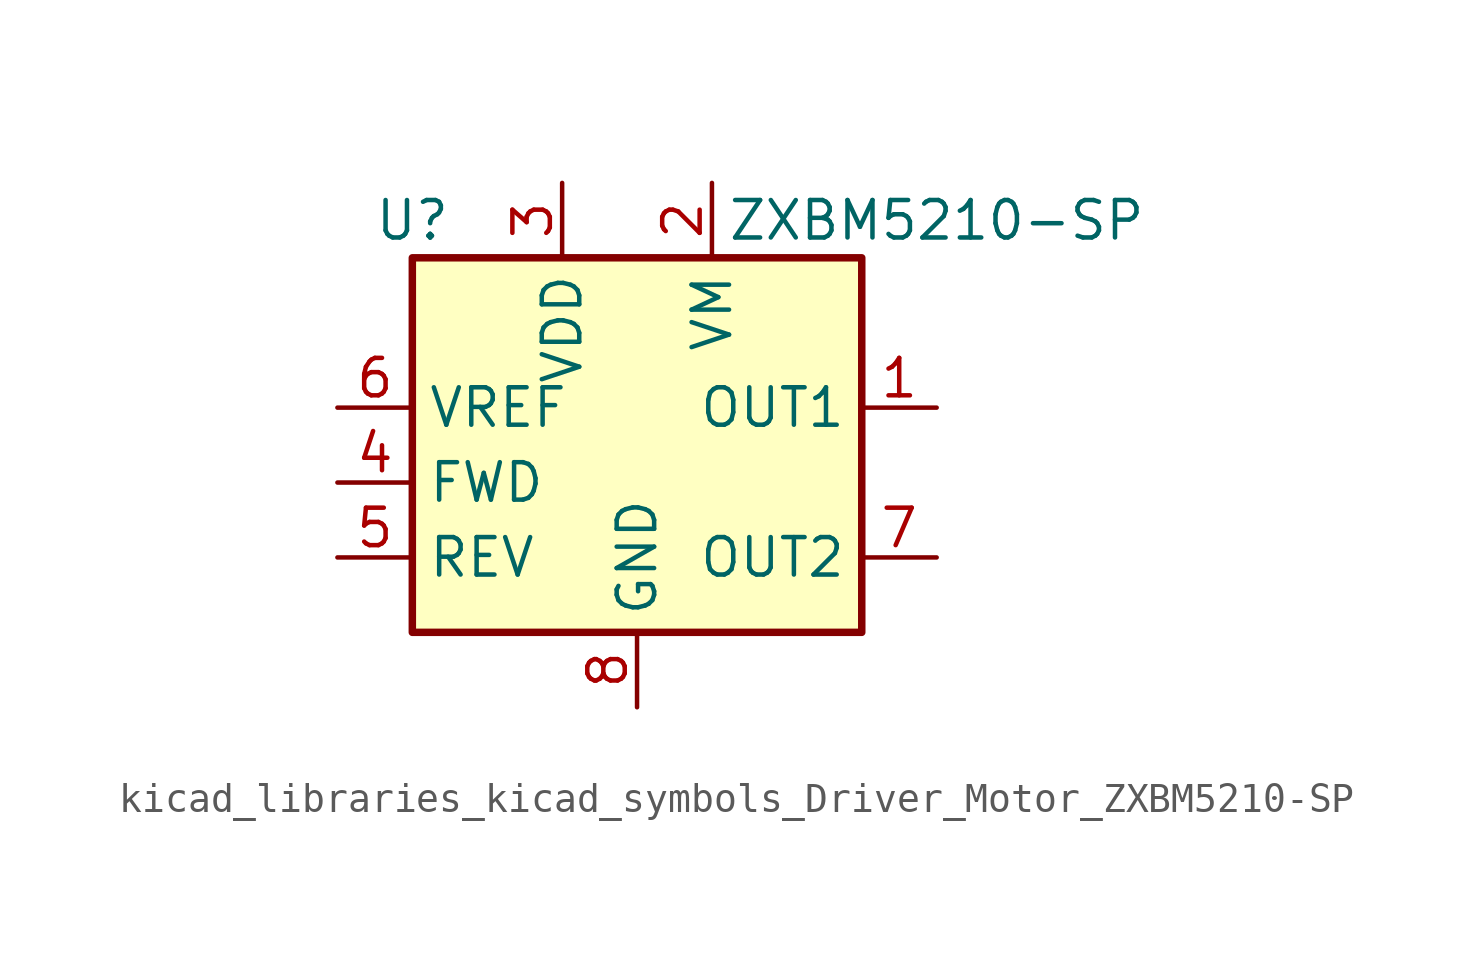
<source format=kicad_sym>
(kicad_symbol_lib
  (version 20220914)
  (generator kicad_symbol_editor)
  (symbol "kicad_libraries_kicad_symbols_Driver_Motor_ZXBM5210-SP"
    (property "Reference" "U"
      (at -7.62 8.89 0)
      (effects (font (size 1.27 1.27))))
    (property "Value" "ZXBM5210-SP"
      (at 10.16 8.89 0)
      (effects (font (size 1.27 1.27))))
    (symbol "kicad_libraries_kicad_symbols_Driver_Motor_ZXBM5210-SP_0_0"
      (pin output line (at 10.16 2.54 180) (length 2.54) (name "OUT1" (effects (font (size 1.27 1.27)))) (number "1" (effects (font (size 1.27 1.27)))))
      (pin power_in line (at 2.54 10.16 270) (length 2.54) (name "VM" (effects (font (size 1.27 1.27)))) (number "2" (effects (font (size 1.27 1.27)))))
      (pin power_in line (at -2.54 10.16 270) (length 2.54) (name "VDD" (effects (font (size 1.27 1.27)))) (number "3" (effects (font (size 1.27 1.27)))))
      (pin input line (at -10.16 0 0) (length 2.54) (name "FWD" (effects (font (size 1.27 1.27)))) (number "4" (effects (font (size 1.27 1.27)))))
      (pin input line (at -10.16 -2.54 0) (length 2.54) (name "REV" (effects (font (size 1.27 1.27)))) (number "5" (effects (font (size 1.27 1.27)))))
      (pin input line (at -10.16 2.54 0) (length 2.54) (name "VREF" (effects (font (size 1.27 1.27)))) (number "6" (effects (font (size 1.27 1.27)))))
      (pin output line (at 10.16 -2.54 180) (length 2.54) (name "OUT2" (effects (font (size 1.27 1.27)))) (number "7" (effects (font (size 1.27 1.27)))))
      (pin power_in line (at 0 -7.62 90) (length 2.54) (name "GND" (effects (font (size 1.27 1.27)))) (number "8" (effects (font (size 1.27 1.27)))))
      (pin passive line (at 0 -7.62 90) (length 2.54) hide (name "GND" (effects (font (size 1.27 1.27)))) (number "9" (effects (font (size 1.27 1.27))))))
    (symbol "kicad_libraries_kicad_symbols_Driver_Motor_ZXBM5210-SP_0_1"
      (rectangle (start -7.62 7.62) (end 7.62 -5.08) (stroke (width 0.254) (type default)) (fill (type background))))))
</source>
